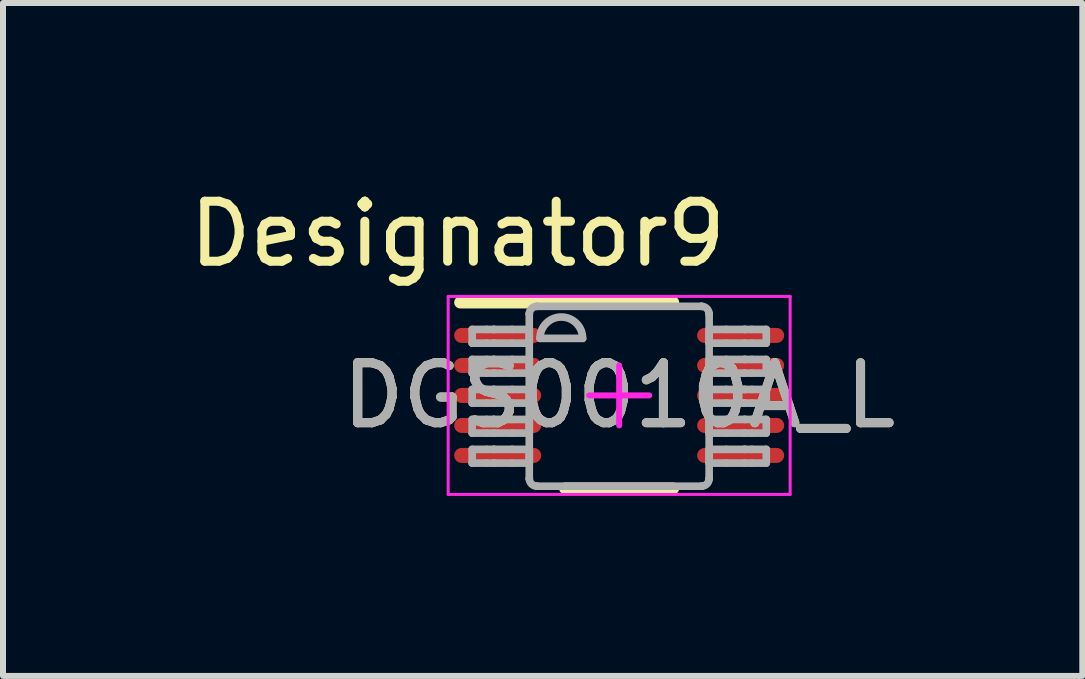
<source format=kicad_pcb>
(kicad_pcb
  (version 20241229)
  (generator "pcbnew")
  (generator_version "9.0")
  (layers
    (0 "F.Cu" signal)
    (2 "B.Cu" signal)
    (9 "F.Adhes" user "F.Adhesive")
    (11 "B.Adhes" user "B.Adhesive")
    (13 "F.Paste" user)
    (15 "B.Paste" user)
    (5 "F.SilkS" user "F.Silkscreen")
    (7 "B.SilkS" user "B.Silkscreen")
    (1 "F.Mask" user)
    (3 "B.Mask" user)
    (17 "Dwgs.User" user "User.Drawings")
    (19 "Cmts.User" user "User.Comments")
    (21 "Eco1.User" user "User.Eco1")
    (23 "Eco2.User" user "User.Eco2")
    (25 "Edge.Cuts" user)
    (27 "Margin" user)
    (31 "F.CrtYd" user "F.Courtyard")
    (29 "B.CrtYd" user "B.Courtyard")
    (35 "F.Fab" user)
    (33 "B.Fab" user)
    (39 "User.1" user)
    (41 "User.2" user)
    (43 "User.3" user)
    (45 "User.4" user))
  (footprint "DGS0010A_L"
    (layer "F.Cu")
    (at 7.27 3.541)
    (property "Reference" "DGS0010A_L" (at 0 0 0) (unlocked yes) (layer "F.SilkS") (effects (font (size 1 1) (thickness 0.15))))
    (attr smd)
    (fp_line (start -2.65 -1.55) (end 0.9 -1.55) (stroke (width 0.2) (type solid)) (layer "F.SilkS"))
    (fp_line (start -0.9 1.55) (end 0.9 1.55) (stroke (width 0.2) (type solid)) (layer "F.SilkS"))
    (fp_line (start -2.85 -1.65) (end 2.85 -1.65) (stroke (width 0.05) (type solid)) (layer "F.CrtYd"))
    (fp_line (start -2.85 1.65) (end -2.85 -1.65) (stroke (width 0.05) (type solid)) (layer "F.CrtYd"))
    (fp_line (start -2.85 1.65) (end 2.85 1.65) (stroke (width 0.05) (type solid)) (layer "F.CrtYd"))
    (fp_line (start -0.5 0) (end 0.5 0) (stroke (width 0.1) (type solid)) (layer "F.CrtYd"))
    (fp_line (start 0 0.5) (end 0 -0.5) (stroke (width 0.1) (type solid)) (layer "F.CrtYd"))
    (fp_line (start 2.85 1.65) (end 2.85 -1.65) (stroke (width 0.05) (type solid)) (layer "F.CrtYd"))
    (fp_line (start -2.45 -1.1) (end -2.21 -1.1) (stroke (width 0.127) (type solid)) (layer "F.Fab"))
    (fp_line (start -2.45 -0.871) (end -2.45 -1.1) (stroke (width 0.127) (type solid)) (layer "F.Fab"))
    (fp_line (start -2.45 -0.871) (end -2.21 -0.871) (stroke (width 0.127) (type solid)) (layer "F.Fab"))
    (fp_line (start -2.45 -0.6) (end -2.21 -0.6) (stroke (width 0.127) (type solid)) (layer "F.Fab"))
    (fp_line (start -2.45 -0.372) (end -2.45 -0.6) (stroke (width 0.127) (type solid)) (layer "F.Fab"))
    (fp_line (start -2.45 -0.372) (end -2.21 -0.372) (stroke (width 0.127) (type solid)) (layer "F.Fab"))
    (fp_line (start -2.45 -0.1) (end -2.21 -0.1) (stroke (width 0.127) (type solid)) (layer "F.Fab"))
    (fp_line (start -2.45 0.128) (end -2.45 -0.1) (stroke (width 0.127) (type solid)) (layer "F.Fab"))
    (fp_line (start -2.45 0.128) (end -2.21 0.128) (stroke (width 0.127) (type solid)) (layer "F.Fab"))
    (fp_line (start -2.45 0.4) (end -2.21 0.4) (stroke (width 0.127) (type solid)) (layer "F.Fab"))
    (fp_line (start -2.45 0.628) (end -2.45 0.4) (stroke (width 0.127) (type solid)) (layer "F.Fab"))
    (fp_line (start -2.45 0.628) (end -2.21 0.628) (stroke (width 0.127) (type solid)) (layer "F.Fab"))
    (fp_line (start -2.45 0.899) (end -2.21 0.899) (stroke (width 0.127) (type solid)) (layer "F.Fab"))
    (fp_line (start -2.45 1.128) (end -2.45 0.899) (stroke (width 0.127) (type solid)) (layer "F.Fab"))
    (fp_line (start -2.45 1.128) (end -2.21 1.128) (stroke (width 0.127) (type solid)) (layer "F.Fab"))
    (fp_line (start -2.21 -1.1) (end -2.09 -1.1) (stroke (width 0.127) (type solid)) (layer "F.Fab"))
    (fp_line (start -2.21 -0.871) (end -2.09 -0.871) (stroke (width 0.127) (type solid)) (layer "F.Fab"))
    (fp_line (start -2.21 -0.6) (end -2.09 -0.6) (stroke (width 0.127) (type solid)) (layer "F.Fab"))
    (fp_line (start -2.21 -0.372) (end -2.09 -0.372) (stroke (width 0.127) (type solid)) (layer "F.Fab"))
    (fp_line (start -2.21 -0.1) (end -2.09 -0.1) (stroke (width 0.127) (type solid)) (layer "F.Fab"))
    (fp_line (start -2.21 0.128) (end -2.09 0.128) (stroke (width 0.127) (type solid)) (layer "F.Fab"))
    (fp_line (start -2.21 0.4) (end -2.09 0.4) (stroke (width 0.127) (type solid)) (layer "F.Fab"))
    (fp_line (start -2.21 0.628) (end -2.09 0.628) (stroke (width 0.127) (type solid)) (layer "F.Fab"))
    (fp_line (start -2.21 0.899) (end -2.09 0.899) (stroke (width 0.127) (type solid)) (layer "F.Fab"))
    (fp_line (start -2.21 1.128) (end -2.09 1.128) (stroke (width 0.127) (type solid)) (layer "F.Fab"))
    (fp_line (start -2.09 -1.1) (end -2.087 -1.1) (stroke (width 0.127) (type solid)) (layer "F.Fab"))
    (fp_line (start -2.09 -0.871) (end -2.087 -0.871) (stroke (width 0.127) (type solid)) (layer "F.Fab"))
    (fp_line (start -2.09 -0.6) (end -2.087 -0.6) (stroke (width 0.127) (type solid)) (layer "F.Fab"))
    (fp_line (start -2.09 -0.372) (end -2.087 -0.372) (stroke (width 0.127) (type solid)) (layer "F.Fab"))
    (fp_line (start -2.09 -0.1) (end -2.087 -0.1) (stroke (width 0.127) (type solid)) (layer "F.Fab"))
    (fp_line (start -2.09 0.128) (end -2.087 0.128) (stroke (width 0.127) (type solid)) (layer "F.Fab"))
    (fp_line (start -2.09 0.4) (end -2.087 0.4) (stroke (width 0.127) (type solid)) (layer "F.Fab"))
    (fp_line (start -2.09 0.628) (end -2.087 0.628) (stroke (width 0.127) (type solid)) (layer "F.Fab"))
    (fp_line (start -2.09 0.899) (end -2.087 0.899) (stroke (width 0.127) (type solid)) (layer "F.Fab"))
    (fp_line (start -2.09 1.128) (end -2.087 1.128) (stroke (width 0.127) (type solid)) (layer "F.Fab"))
    (fp_line (start -2.087 -1.1) (end -1.784 -1.1) (stroke (width 0.127) (type solid)) (layer "F.Fab"))
    (fp_line (start -2.087 -0.871) (end -1.784 -0.871) (stroke (width 0.127) (type solid)) (layer "F.Fab"))
    (fp_line (start -2.087 -0.6) (end -1.784 -0.6) (stroke (width 0.127) (type solid)) (layer "F.Fab"))
    (fp_line (start -2.087 -0.372) (end -1.784 -0.372) (stroke (width 0.127) (type solid)) (layer "F.Fab"))
    (fp_line (start -2.087 -0.1) (end -1.784 -0.1) (stroke (width 0.127) (type solid)) (layer "F.Fab"))
    (fp_line (start -2.087 0.128) (end -1.784 0.128) (stroke (width 0.127) (type solid)) (layer "F.Fab"))
    (fp_line (start -2.087 0.4) (end -1.784 0.4) (stroke (width 0.127) (type solid)) (layer "F.Fab"))
    (fp_line (start -2.087 0.628) (end -1.784 0.628) (stroke (width 0.127) (type solid)) (layer "F.Fab"))
    (fp_line (start -2.087 0.899) (end -1.784 0.899) (stroke (width 0.127) (type solid)) (layer "F.Fab"))
    (fp_line (start -2.087 1.128) (end -1.784 1.128) (stroke (width 0.127) (type solid)) (layer "F.Fab"))
    (fp_line (start -1.784 -1.1) (end -1.498 -1.1) (stroke (width 0.127) (type solid)) (layer "F.Fab"))
    (fp_line (start -1.784 -0.871) (end -1.498 -0.871) (stroke (width 0.127) (type solid)) (layer "F.Fab"))
    (fp_line (start -1.784 -0.6) (end -1.498 -0.6) (stroke (width 0.127) (type solid)) (layer "F.Fab"))
    (fp_line (start -1.784 -0.372) (end -1.498 -0.372) (stroke (width 0.127) (type solid)) (layer "F.Fab"))
    (fp_line (start -1.784 -0.1) (end -1.498 -0.1) (stroke (width 0.127) (type solid)) (layer "F.Fab"))
    (fp_line (start -1.784 0.128) (end -1.498 0.128) (stroke (width 0.127) (type solid)) (layer "F.Fab"))
    (fp_line (start -1.784 0.4) (end -1.498 0.4) (stroke (width 0.127) (type solid)) (layer "F.Fab"))
    (fp_line (start -1.784 0.628) (end -1.498 0.628) (stroke (width 0.127) (type solid)) (layer "F.Fab"))
    (fp_line (start -1.784 0.899) (end -1.498 0.899) (stroke (width 0.127) (type solid)) (layer "F.Fab"))
    (fp_line (start -1.784 1.128) (end -1.498 1.128) (stroke (width 0.127) (type solid)) (layer "F.Fab"))
    (fp_line (start -1.498 -1.358) (end -1.497 -1.36) (stroke (width 0.127) (type solid)) (layer "F.Fab"))
    (fp_line (start -1.498 -0.871) (end -1.498 -1.1) (stroke (width 0.127) (type solid)) (layer "F.Fab"))
    (fp_line (start -1.498 -0.372) (end -1.498 -0.6) (stroke (width 0.127) (type solid)) (layer "F.Fab"))
    (fp_line (start -1.498 0.128) (end -1.498 -0.1) (stroke (width 0.127) (type solid)) (layer "F.Fab"))
    (fp_line (start -1.498 0.628) (end -1.498 0.4) (stroke (width 0.127) (type solid)) (layer "F.Fab"))
    (fp_line (start -1.498 1.128) (end -1.498 0.899) (stroke (width 0.127) (type solid)) (layer "F.Fab"))
    (fp_line (start -1.498 1.386) (end -1.498 -1.358) (stroke (width 0.127) (type solid)) (layer "F.Fab"))
    (fp_line (start -1.498 1.386) (end -1.497 1.388) (stroke (width 0.127) (type solid)) (layer "F.Fab"))
    (fp_line (start -1.373 -1.485) (end -1.371 -1.485) (stroke (width 0.127) (type solid)) (layer "F.Fab"))
    (fp_line (start -1.373 1.513) (end -1.371 1.513) (stroke (width 0.127) (type solid)) (layer "F.Fab"))
    (fp_line (start -1.371 -1.485) (end 1.373 -1.485) (stroke (width 0.127) (type solid)) (layer "F.Fab"))
    (fp_line (start -1.371 1.513) (end 1.373 1.513) (stroke (width 0.127) (type solid)) (layer "F.Fab"))
    (fp_line (start -1.32 -0.951) (end -0.609 -0.951) (stroke (width 0.127) (type solid)) (layer "F.Fab"))
    (fp_line (start 1.373 -1.485) (end 1.375 -1.485) (stroke (width 0.127) (type solid)) (layer "F.Fab"))
    (fp_line (start 1.373 1.513) (end 1.375 1.513) (stroke (width 0.127) (type solid)) (layer "F.Fab"))
    (fp_line (start 1.5 -1.36) (end 1.5 -1.358) (stroke (width 0.127) (type solid)) (layer "F.Fab"))
    (fp_line (start 1.5 1.388) (end 1.5 1.386) (stroke (width 0.127) (type solid)) (layer "F.Fab"))
    (fp_line (start 1.5 -1.1) (end 1.786 -1.1) (stroke (width 0.127) (type solid)) (layer "F.Fab"))
    (fp_line (start 1.5 -0.871) (end 1.5 -1.1) (stroke (width 0.127) (type solid)) (layer "F.Fab"))
    (fp_line (start 1.5 -0.871) (end 1.786 -0.871) (stroke (width 0.127) (type solid)) (layer "F.Fab"))
    (fp_line (start 1.5 -0.6) (end 1.786 -0.6) (stroke (width 0.127) (type solid)) (layer "F.Fab"))
    (fp_line (start 1.5 -0.372) (end 1.5 -0.6) (stroke (width 0.127) (type solid)) (layer "F.Fab"))
    (fp_line (start 1.5 -0.372) (end 1.786 -0.372) (stroke (width 0.127) (type solid)) (layer "F.Fab"))
    (fp_line (start 1.5 -0.1) (end 1.786 -0.1) (stroke (width 0.127) (type solid)) (layer "F.Fab"))
    (fp_line (start 1.5 0.128) (end 1.5 -0.1) (stroke (width 0.127) (type solid)) (layer "F.Fab"))
    (fp_line (start 1.5 0.128) (end 1.786 0.128) (stroke (width 0.127) (type solid)) (layer "F.Fab"))
    (fp_line (start 1.5 0.4) (end 1.786 0.4) (stroke (width 0.127) (type solid)) (layer "F.Fab"))
    (fp_line (start 1.5 0.628) (end 1.5 0.4) (stroke (width 0.127) (type solid)) (layer "F.Fab"))
    (fp_line (start 1.5 0.628) (end 1.786 0.628) (stroke (width 0.127) (type solid)) (layer "F.Fab"))
    (fp_line (start 1.5 0.899) (end 1.786 0.899) (stroke (width 0.127) (type solid)) (layer "F.Fab"))
    (fp_line (start 1.5 1.128) (end 1.5 0.899) (stroke (width 0.127) (type solid)) (layer "F.Fab"))
    (fp_line (start 1.5 1.128) (end 1.786 1.128) (stroke (width 0.127) (type solid)) (layer "F.Fab"))
    (fp_line (start 1.5 1.386) (end 1.5 -1.358) (stroke (width 0.127) (type solid)) (layer "F.Fab"))
    (fp_line (start 1.786 -1.1) (end 2.089 -1.1) (stroke (width 0.127) (type solid)) (layer "F.Fab"))
    (fp_line (start 1.786 -0.871) (end 2.089 -0.871) (stroke (width 0.127) (type solid)) (layer "F.Fab"))
    (fp_line (start 1.786 -0.6) (end 2.089 -0.6) (stroke (width 0.127) (type solid)) (layer "F.Fab"))
    (fp_line (start 1.786 -0.372) (end 2.089 -0.372) (stroke (width 0.127) (type solid)) (layer "F.Fab"))
    (fp_line (start 1.786 -0.1) (end 2.089 -0.1) (stroke (width 0.127) (type solid)) (layer "F.Fab"))
    (fp_line (start 1.786 0.128) (end 2.089 0.128) (stroke (width 0.127) (type solid)) (layer "F.Fab"))
    (fp_line (start 1.786 0.4) (end 2.089 0.4) (stroke (width 0.127) (type solid)) (layer "F.Fab"))
    (fp_line (start 1.786 0.628) (end 2.089 0.628) (stroke (width 0.127) (type solid)) (layer "F.Fab"))
    (fp_line (start 1.786 0.899) (end 2.089 0.899) (stroke (width 0.127) (type solid)) (layer "F.Fab"))
    (fp_line (start 1.786 1.128) (end 2.089 1.128) (stroke (width 0.127) (type solid)) (layer "F.Fab"))
    (fp_line (start 2.089 -1.1) (end 2.093 -1.1) (stroke (width 0.127) (type solid)) (layer "F.Fab"))
    (fp_line (start 2.089 -0.871) (end 2.093 -0.871) (stroke (width 0.127) (type solid)) (layer "F.Fab"))
    (fp_line (start 2.089 -0.6) (end 2.093 -0.6) (stroke (width 0.127) (type solid)) (layer "F.Fab"))
    (fp_line (start 2.089 -0.372) (end 2.093 -0.372) (stroke (width 0.127) (type solid)) (layer "F.Fab"))
    (fp_line (start 2.089 -0.1) (end 2.093 -0.1) (stroke (width 0.127) (type solid)) (layer "F.Fab"))
    (fp_line (start 2.089 0.128) (end 2.093 0.128) (stroke (width 0.127) (type solid)) (layer "F.Fab"))
    (fp_line (start 2.089 0.4) (end 2.093 0.4) (stroke (width 0.127) (type solid)) (layer "F.Fab"))
    (fp_line (start 2.089 0.628) (end 2.093 0.628) (stroke (width 0.127) (type solid)) (layer "F.Fab"))
    (fp_line (start 2.089 0.899) (end 2.093 0.899) (stroke (width 0.127) (type solid)) (layer "F.Fab"))
    (fp_line (start 2.089 1.128) (end 2.093 1.128) (stroke (width 0.127) (type solid)) (layer "F.Fab"))
    (fp_line (start 2.093 -1.1) (end 2.213 -1.1) (stroke (width 0.127) (type solid)) (layer "F.Fab"))
    (fp_line (start 2.093 -0.871) (end 2.213 -0.871) (stroke (width 0.127) (type solid)) (layer "F.Fab"))
    (fp_line (start 2.093 -0.6) (end 2.213 -0.6) (stroke (width 0.127) (type solid)) (layer "F.Fab"))
    (fp_line (start 2.093 -0.372) (end 2.213 -0.372) (stroke (width 0.127) (type solid)) (layer "F.Fab"))
    (fp_line (start 2.093 -0.1) (end 2.213 -0.1) (stroke (width 0.127) (type solid)) (layer "F.Fab"))
    (fp_line (start 2.093 0.128) (end 2.213 0.128) (stroke (width 0.127) (type solid)) (layer "F.Fab"))
    (fp_line (start 2.093 0.4) (end 2.213 0.4) (stroke (width 0.127) (type solid)) (layer "F.Fab"))
    (fp_line (start 2.093 0.628) (end 2.213 0.628) (stroke (width 0.127) (type solid)) (layer "F.Fab"))
    (fp_line (start 2.093 0.899) (end 2.213 0.899) (stroke (width 0.127) (type solid)) (layer "F.Fab"))
    (fp_line (start 2.093 1.128) (end 2.213 1.128) (stroke (width 0.127) (type solid)) (layer "F.Fab"))
    (fp_line (start 2.213 -1.1) (end 2.452 -1.1) (stroke (width 0.127) (type solid)) (layer "F.Fab"))
    (fp_line (start 2.213 -0.871) (end 2.452 -0.871) (stroke (width 0.127) (type solid)) (layer "F.Fab"))
    (fp_line (start 2.213 -0.6) (end 2.452 -0.6) (stroke (width 0.127) (type solid)) (layer "F.Fab"))
    (fp_line (start 2.213 -0.372) (end 2.452 -0.372) (stroke (width 0.127) (type solid)) (layer "F.Fab"))
    (fp_line (start 2.213 -0.1) (end 2.452 -0.1) (stroke (width 0.127) (type solid)) (layer "F.Fab"))
    (fp_line (start 2.213 0.128) (end 2.452 0.128) (stroke (width 0.127) (type solid)) (layer "F.Fab"))
    (fp_line (start 2.213 0.4) (end 2.452 0.4) (stroke (width 0.127) (type solid)) (layer "F.Fab"))
    (fp_line (start 2.213 0.628) (end 2.452 0.628) (stroke (width 0.127) (type solid)) (layer "F.Fab"))
    (fp_line (start 2.213 0.899) (end 2.452 0.899) (stroke (width 0.127) (type solid)) (layer "F.Fab"))
    (fp_line (start 2.213 1.128) (end 2.452 1.128) (stroke (width 0.127) (type solid)) (layer "F.Fab"))
    (fp_line (start 2.452 -0.871) (end 2.452 -1.1) (stroke (width 0.127) (type solid)) (layer "F.Fab"))
    (fp_line (start 2.452 -0.372) (end 2.452 -0.6) (stroke (width 0.127) (type solid)) (layer "F.Fab"))
    (fp_line (start 2.452 0.128) (end 2.452 -0.1) (stroke (width 0.127) (type solid)) (layer "F.Fab"))
    (fp_line (start 2.452 0.628) (end 2.452 0.4) (stroke (width 0.127) (type solid)) (layer "F.Fab"))
    (fp_line (start 2.452 1.128) (end 2.452 0.899) (stroke (width 0.127) (type solid)) (layer "F.Fab"))
    (fp_arc (start -1.49745 -1.360299) (mid -1.460293 -1.447356) (end -1.373243 -1.484531) (stroke (width 0.127) (type solid)) (layer "F.Fab"))
    (fp_arc (start -1.373243 1.512619) (mid -1.460293 1.475444) (end -1.49745 1.388386) (stroke (width 0.127) (type solid)) (layer "F.Fab"))
    (fp_arc (start -1.3197 -0.951156) (mid -0.9641 -1.306756) (end -0.6085 -0.951156) (stroke (width 0.127) (type solid)) (layer "F.Fab"))
    (fp_arc (start 1.375443 -1.484532) (mid 1.462505 -1.447362) (end 1.499675 -1.360299) (stroke (width 0.127) (type solid)) (layer "F.Fab"))
    (fp_arc (start 1.499675 1.388387) (mid 1.462505 1.475449) (end 1.375443 1.512619) (stroke (width 0.127) (type solid)) (layer "F.Fab"))
    (fp_text user "Designator9" (at -2.692 -2.692 0) (unlocked yes) (layer "F.SilkS") (effects (font (size 1 1) (thickness 0.15))))
    (fp_text user "${REFERENCE}" (at 0 0 0) (unlocked yes) (layer "F.Fab") (effects (font (size 1 1) (thickness 0.15))))
    (pad "1" smd oval (at -2.025 -1 90) (size 0.25 1.45) (layers "F.Cu" "F.Mask" "F.Paste"))
    (pad "2" smd oval (at -2.025 -0.5 90) (size 0.25 1.45) (layers "F.Cu" "F.Mask" "F.Paste"))
    (pad "3" smd oval (at -2.025 0 90) (size 0.25 1.45) (layers "F.Cu" "F.Mask" "F.Paste"))
    (pad "4" smd oval (at -2.025 0.5 90) (size 0.25 1.45) (layers "F.Cu" "F.Mask" "F.Paste"))
    (pad "5" smd oval (at -2.025 1 90) (size 0.25 1.45) (layers "F.Cu" "F.Mask" "F.Paste"))
    (pad "6" smd oval (at 2.025 1 90) (size 0.25 1.45) (layers "F.Cu" "F.Mask" "F.Paste"))
    (pad "7" smd oval (at 2.025 0.5 90) (size 0.25 1.45) (layers "F.Cu" "F.Mask" "F.Paste"))
    (pad "8" smd oval (at 2.025 0 90) (size 0.25 1.45) (layers "F.Cu" "F.Mask" "F.Paste"))
    (pad "9" smd oval (at 2.025 -0.5 90) (size 0.25 1.45) (layers "F.Cu" "F.Mask" "F.Paste"))
    (pad "10" smd oval (at 2.025 -1 90) (size 0.25 1.45) (layers "F.Cu" "F.Mask" "F.Paste")))
  (gr_rect
    (start -3 -3)
    (end 14.99 8.216)
    (stroke (width 0.1) (type default))
    (fill no)
    (layer "Edge.Cuts")))
</source>
